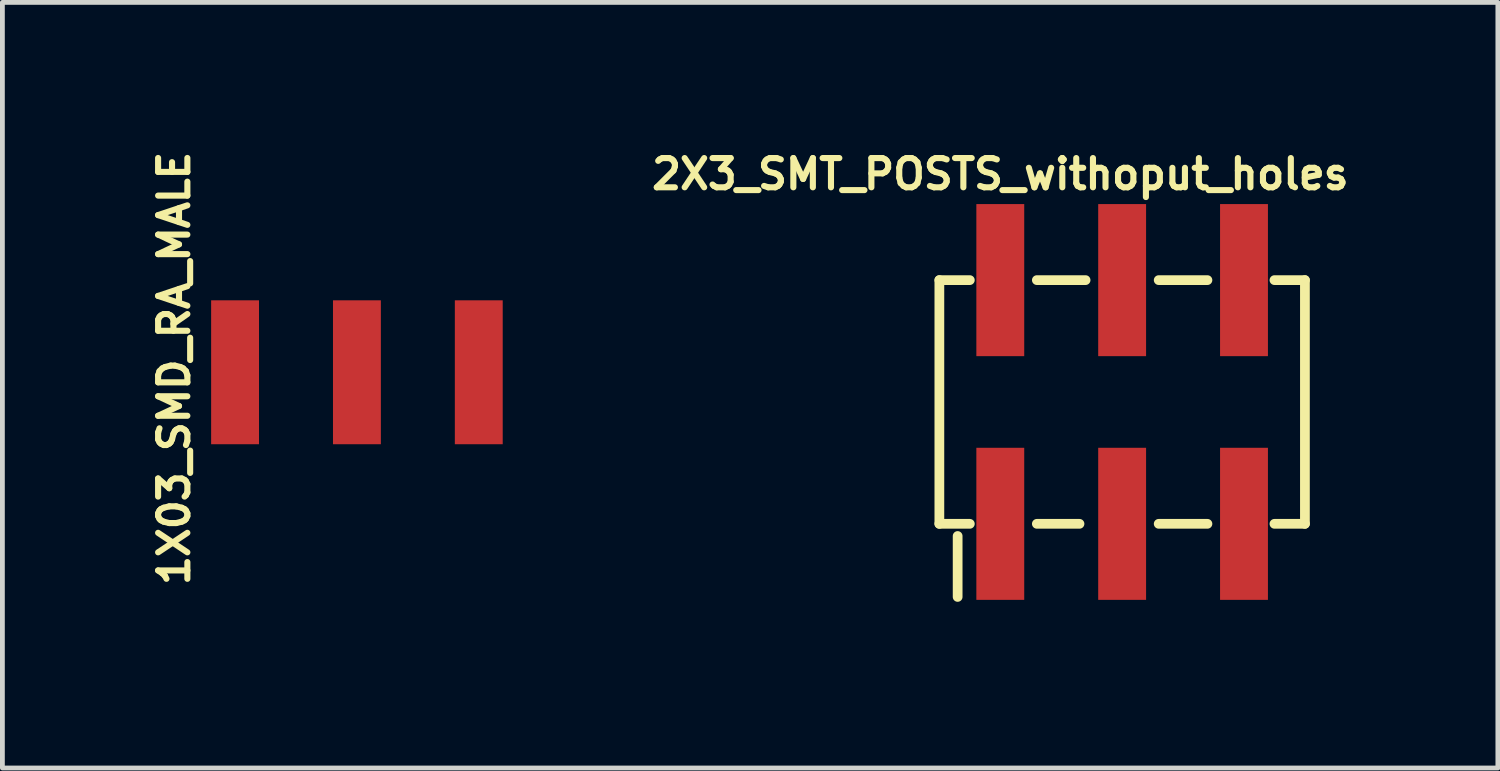
<source format=kicad_pcb>
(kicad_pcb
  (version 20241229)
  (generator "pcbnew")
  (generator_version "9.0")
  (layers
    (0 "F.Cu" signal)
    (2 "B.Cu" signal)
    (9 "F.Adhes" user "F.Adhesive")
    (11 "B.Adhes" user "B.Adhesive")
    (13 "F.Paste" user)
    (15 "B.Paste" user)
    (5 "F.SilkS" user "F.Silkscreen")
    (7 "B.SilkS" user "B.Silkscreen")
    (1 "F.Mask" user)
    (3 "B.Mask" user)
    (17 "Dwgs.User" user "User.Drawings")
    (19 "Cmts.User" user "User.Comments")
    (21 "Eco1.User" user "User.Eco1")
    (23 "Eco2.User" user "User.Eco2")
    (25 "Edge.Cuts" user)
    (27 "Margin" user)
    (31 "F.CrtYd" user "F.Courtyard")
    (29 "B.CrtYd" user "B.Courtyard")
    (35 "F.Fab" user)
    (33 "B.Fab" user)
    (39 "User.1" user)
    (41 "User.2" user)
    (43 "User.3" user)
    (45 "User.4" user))
  (footprint "1X03_SMD_RA_MALE"
    (layer "F.Cu")
    (at 4.39 9.709)
    (property "Reference" "1X03_SMD_RA_MALE" (at -3.81 -5.08 90) (layer "F.SilkS") (effects (font (size 0.61 0.61) (thickness 0.127))))
    (attr smd)
    (pad "1" smd rect (at -2.54 -4.999 90) (size 3 0.998) (layers "F.Cu" "F.Mask" "F.Paste"))
    (pad "2" smd rect (at 0 -4.999 90) (size 3 0.998) (layers "F.Cu" "F.Mask" "F.Paste"))
    (pad "3" smd rect (at 2.54 -4.999 90) (size 3 0.998) (layers "F.Cu" "F.Mask" "F.Paste")))
  (footprint "2X3_SMT_POSTS_withoput_holes"
    (layer "F.Cu")
    (at 20.341 5.329)
    (property "Reference" "2X3_SMT_POSTS_withoput_holes" (at -2.54 -4.75 0) (layer "F.SilkS") (effects (font (size 0.61 0.61) (thickness 0.127))))
    (attr smd)
    (fp_line (start -3.81 -2.54) (end -3.81 2.54) (stroke (width 0.203) (type solid)) (layer "F.SilkS"))
    (fp_line (start -3.81 2.54) (end -3.175 2.54) (stroke (width 0.203) (type solid)) (layer "F.SilkS"))
    (fp_line (start -3.429 4.064) (end -3.429 2.794) (stroke (width 0.203) (type solid)) (layer "F.SilkS"))
    (fp_line (start -3.175 -2.54) (end -3.81 -2.54) (stroke (width 0.203) (type solid)) (layer "F.SilkS"))
    (fp_line (start -1.778 -2.54) (end -0.762 -2.54) (stroke (width 0.203) (type solid)) (layer "F.SilkS"))
    (fp_line (start -1.778 2.54) (end -0.889 2.54) (stroke (width 0.203) (type solid)) (layer "F.SilkS"))
    (fp_line (start 0.762 -2.54) (end 1.778 -2.54) (stroke (width 0.203) (type solid)) (layer "F.SilkS"))
    (fp_line (start 0.762 2.54) (end 1.778 2.54) (stroke (width 0.203) (type solid)) (layer "F.SilkS"))
    (fp_line (start 3.175 -2.54) (end 3.81 -2.54) (stroke (width 0.203) (type solid)) (layer "F.SilkS"))
    (fp_line (start 3.81 -2.54) (end 3.81 2.54) (stroke (width 0.203) (type solid)) (layer "F.SilkS"))
    (fp_line (start 3.81 2.54) (end 3.175 2.54) (stroke (width 0.203) (type solid)) (layer "F.SilkS"))
    (pad "1" smd rect (at -2.54 2.54 90) (size 3.17 0.998) (layers "F.Cu" "F.Mask" "F.Paste"))
    (pad "2" smd rect (at -2.54 -2.54 90) (size 3.17 0.998) (layers "F.Cu" "F.Mask" "F.Paste"))
    (pad "3" smd rect (at 0 2.54 90) (size 3.17 0.998) (layers "F.Cu" "F.Mask" "F.Paste"))
    (pad "4" smd rect (at 0 -2.54 90) (size 3.17 0.998) (layers "F.Cu" "F.Mask" "F.Paste"))
    (pad "5" smd rect (at 2.54 2.54 90) (size 3.17 0.998) (layers "F.Cu" "F.Mask" "F.Paste"))
    (pad "6" smd rect (at 2.54 -2.54 90) (size 3.17 0.998) (layers "F.Cu" "F.Mask" "F.Paste")))
  (gr_rect
    (start -3 -3)
    (end 28.173 12.959)
    (stroke (width 0.1) (type default))
    (fill no)
    (layer "Edge.Cuts")))
</source>
